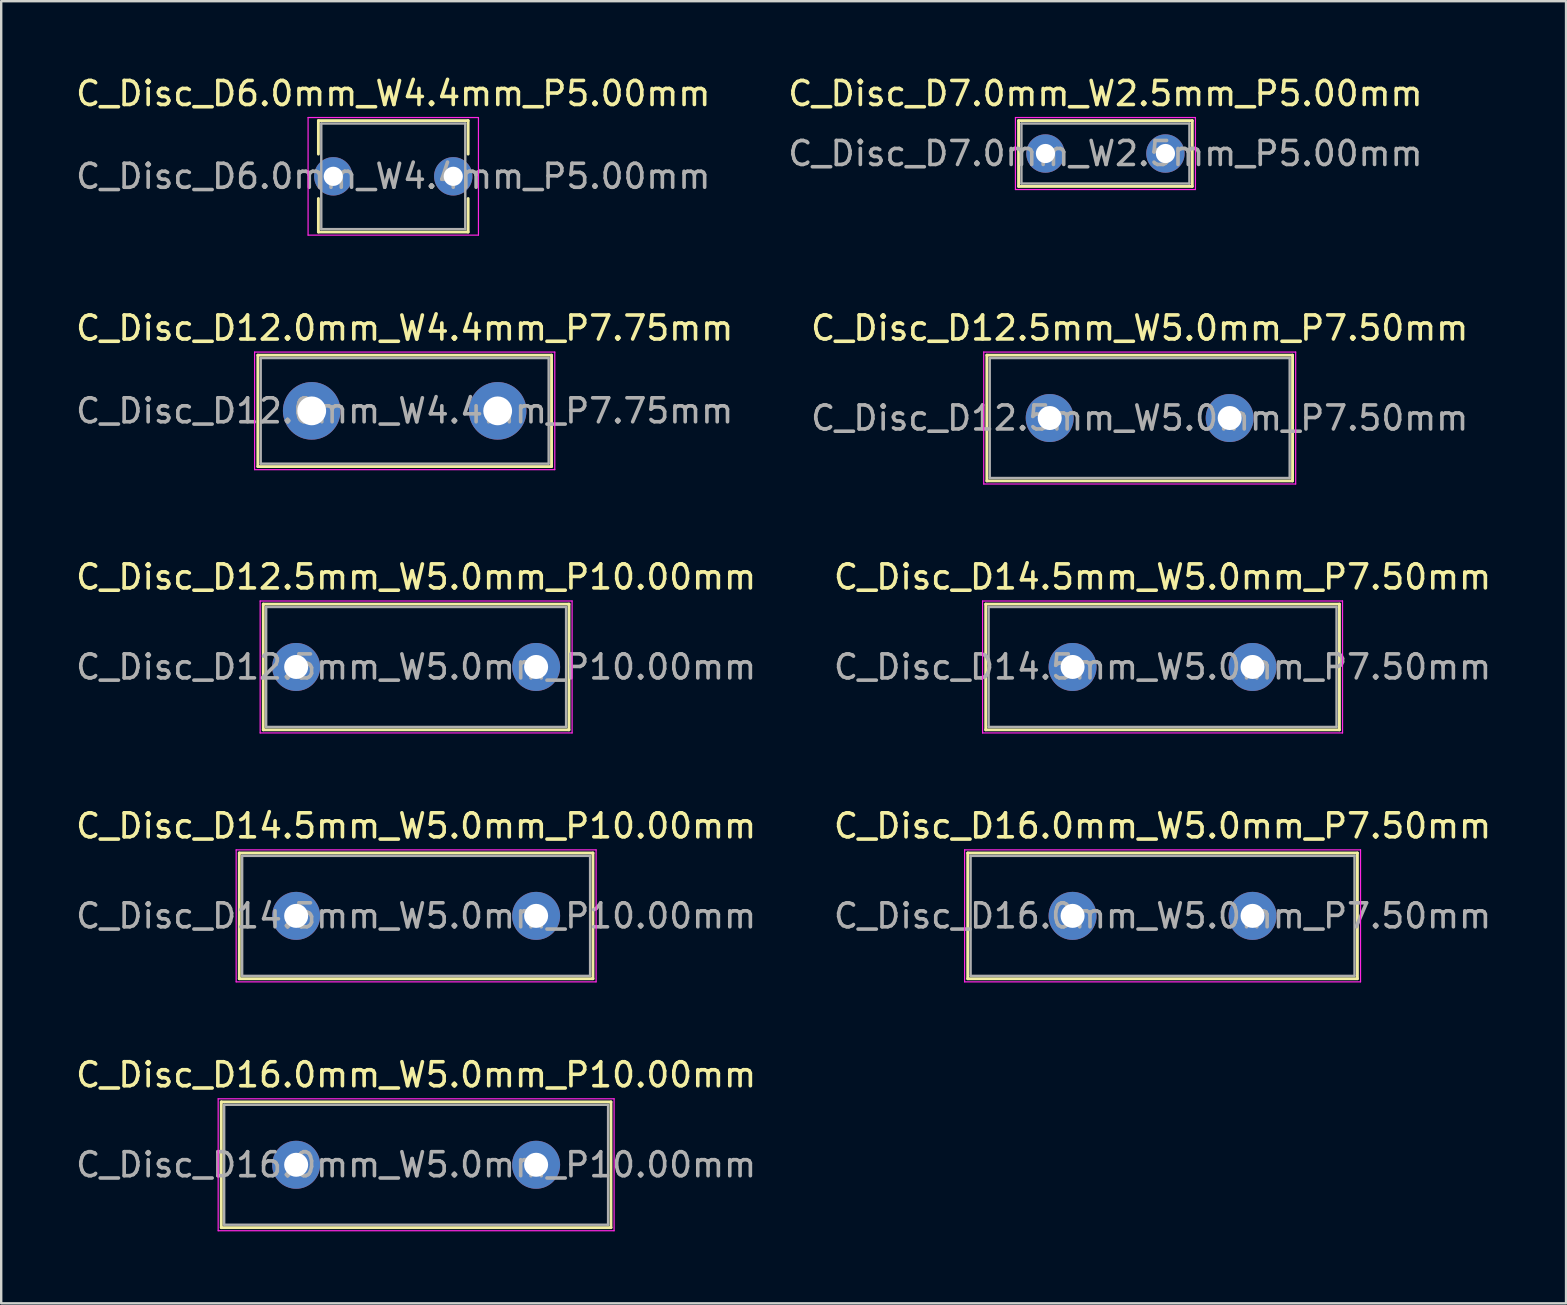
<source format=kicad_pcb>
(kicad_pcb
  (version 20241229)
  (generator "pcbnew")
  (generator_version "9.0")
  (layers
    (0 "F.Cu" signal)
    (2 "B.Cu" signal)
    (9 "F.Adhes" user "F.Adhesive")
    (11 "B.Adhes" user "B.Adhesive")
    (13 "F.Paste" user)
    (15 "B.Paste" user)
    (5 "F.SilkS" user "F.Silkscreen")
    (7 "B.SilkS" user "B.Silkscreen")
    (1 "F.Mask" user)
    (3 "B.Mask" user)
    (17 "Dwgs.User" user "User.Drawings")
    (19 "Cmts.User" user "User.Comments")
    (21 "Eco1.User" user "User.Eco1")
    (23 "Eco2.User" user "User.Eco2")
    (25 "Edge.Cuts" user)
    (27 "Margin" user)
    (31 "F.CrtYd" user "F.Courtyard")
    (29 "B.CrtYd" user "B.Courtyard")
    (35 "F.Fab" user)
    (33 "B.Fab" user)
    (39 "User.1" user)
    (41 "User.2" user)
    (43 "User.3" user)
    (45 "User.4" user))
  (footprint "C_Disc_D12.5mm_W5.0mm_P7.50mm"
    (layer "F.Cu")
    (at 40.696 14.371)
    (property "Reference" "C_Disc_D12.5mm_W5.0mm_P7.50mm" (at 3.75 -3.75 0) (layer "F.SilkS") (effects (font (size 1 1) (thickness 0.15))))
    (attr through_hole)
    (fp_line (start -2.62 -2.62) (end -2.62 2.62) (stroke (width 0.12) (type solid)) (layer "F.SilkS"))
    (fp_line (start -2.62 -2.62) (end 10.12 -2.62) (stroke (width 0.12) (type solid)) (layer "F.SilkS"))
    (fp_line (start -2.62 2.62) (end 10.12 2.62) (stroke (width 0.12) (type solid)) (layer "F.SilkS"))
    (fp_line (start 10.12 -2.62) (end 10.12 2.62) (stroke (width 0.12) (type solid)) (layer "F.SilkS"))
    (fp_line (start -2.75 -2.75) (end -2.75 2.75) (stroke (width 0.05) (type solid)) (layer "F.CrtYd"))
    (fp_line (start -2.75 2.75) (end 10.25 2.75) (stroke (width 0.05) (type solid)) (layer "F.CrtYd"))
    (fp_line (start 10.25 -2.75) (end -2.75 -2.75) (stroke (width 0.05) (type solid)) (layer "F.CrtYd"))
    (fp_line (start 10.25 2.75) (end 10.25 -2.75) (stroke (width 0.05) (type solid)) (layer "F.CrtYd"))
    (fp_line (start -2.5 -2.5) (end -2.5 2.5) (stroke (width 0.1) (type solid)) (layer "F.Fab"))
    (fp_line (start -2.5 2.5) (end 10 2.5) (stroke (width 0.1) (type solid)) (layer "F.Fab"))
    (fp_line (start 10 -2.5) (end -2.5 -2.5) (stroke (width 0.1) (type solid)) (layer "F.Fab"))
    (fp_line (start 10 2.5) (end 10 -2.5) (stroke (width 0.1) (type solid)) (layer "F.Fab"))
    (fp_text user "${REFERENCE}" (at 3.75 0 0) (layer "F.Fab") (effects (font (size 1 1) (thickness 0.15))))
    (pad "1" thru_hole circle (at 0 0) (size 2 2) (drill 1) (layers "*.Cu" "*.Mask"))
    (pad "2" thru_hole circle (at 7.5 0) (size 2 2) (drill 1) (layers "*.Cu" "*.Mask")))
  (footprint "C_Disc_D16.0mm_W5.0mm_P10.00mm"
    (layer "F.Cu")
    (at 9.292 45.491)
    (property "Reference" "C_Disc_D16.0mm_W5.0mm_P10.00mm" (at 5 -3.75 0) (layer "F.SilkS") (effects (font (size 1 1) (thickness 0.15))))
    (attr through_hole)
    (fp_line (start -3.12 -2.62) (end -3.12 2.62) (stroke (width 0.12) (type solid)) (layer "F.SilkS"))
    (fp_line (start -3.12 -2.62) (end 13.12 -2.62) (stroke (width 0.12) (type solid)) (layer "F.SilkS"))
    (fp_line (start -3.12 2.62) (end 13.12 2.62) (stroke (width 0.12) (type solid)) (layer "F.SilkS"))
    (fp_line (start 13.12 -2.62) (end 13.12 2.62) (stroke (width 0.12) (type solid)) (layer "F.SilkS"))
    (fp_line (start -3.25 -2.75) (end -3.25 2.75) (stroke (width 0.05) (type solid)) (layer "F.CrtYd"))
    (fp_line (start -3.25 2.75) (end 13.25 2.75) (stroke (width 0.05) (type solid)) (layer "F.CrtYd"))
    (fp_line (start 13.25 -2.75) (end -3.25 -2.75) (stroke (width 0.05) (type solid)) (layer "F.CrtYd"))
    (fp_line (start 13.25 2.75) (end 13.25 -2.75) (stroke (width 0.05) (type solid)) (layer "F.CrtYd"))
    (fp_line (start -3 -2.5) (end -3 2.5) (stroke (width 0.1) (type solid)) (layer "F.Fab"))
    (fp_line (start -3 2.5) (end 13 2.5) (stroke (width 0.1) (type solid)) (layer "F.Fab"))
    (fp_line (start 13 -2.5) (end -3 -2.5) (stroke (width 0.1) (type solid)) (layer "F.Fab"))
    (fp_line (start 13 2.5) (end 13 -2.5) (stroke (width 0.1) (type solid)) (layer "F.Fab"))
    (fp_text user "${REFERENCE}" (at 5 0 0) (layer "F.Fab") (effects (font (size 1 1) (thickness 0.15))))
    (pad "1" thru_hole circle (at 0 0) (size 2 2) (drill 1) (layers "*.Cu" "*.Mask"))
    (pad "2" thru_hole circle (at 10 0) (size 2 2) (drill 1) (layers "*.Cu" "*.Mask")))
  (footprint "C_Disc_D12.0mm_W4.4mm_P7.75mm"
    (layer "F.Cu")
    (at 9.94 14.072)
    (property "Reference" "C_Disc_D12.0mm_W4.4mm_P7.75mm" (at 3.875 -3.45 0) (layer "F.SilkS") (effects (font (size 1 1) (thickness 0.15))))
    (attr through_hole)
    (fp_line (start -2.245 -2.321) (end -2.245 2.321) (stroke (width 0.12) (type solid)) (layer "F.SilkS"))
    (fp_line (start -2.245 -2.321) (end 9.995 -2.321) (stroke (width 0.12) (type solid)) (layer "F.SilkS"))
    (fp_line (start -2.245 2.321) (end 9.995 2.321) (stroke (width 0.12) (type solid)) (layer "F.SilkS"))
    (fp_line (start 9.995 -2.321) (end 9.995 2.321) (stroke (width 0.12) (type solid)) (layer "F.SilkS"))
    (fp_line (start -2.38 -2.45) (end -2.38 2.45) (stroke (width 0.05) (type solid)) (layer "F.CrtYd"))
    (fp_line (start -2.38 2.45) (end 10.13 2.45) (stroke (width 0.05) (type solid)) (layer "F.CrtYd"))
    (fp_line (start 10.13 -2.45) (end -2.38 -2.45) (stroke (width 0.05) (type solid)) (layer "F.CrtYd"))
    (fp_line (start 10.13 2.45) (end 10.13 -2.45) (stroke (width 0.05) (type solid)) (layer "F.CrtYd"))
    (fp_line (start -2.125 -2.2) (end -2.125 2.2) (stroke (width 0.1) (type solid)) (layer "F.Fab"))
    (fp_line (start -2.125 2.2) (end 9.875 2.2) (stroke (width 0.1) (type solid)) (layer "F.Fab"))
    (fp_line (start 9.875 -2.2) (end -2.125 -2.2) (stroke (width 0.1) (type solid)) (layer "F.Fab"))
    (fp_line (start 9.875 2.2) (end 9.875 -2.2) (stroke (width 0.1) (type solid)) (layer "F.Fab"))
    (fp_text user "${REFERENCE}" (at 3.875 0 0) (layer "F.Fab") (effects (font (size 1 1) (thickness 0.15))))
    (pad "1" thru_hole circle (at 0 0) (size 2.4 2.4) (drill 1.2) (layers "*.Cu" "*.Mask"))
    (pad "2" thru_hole circle (at 7.75 0) (size 2.4 2.4) (drill 1.2) (layers "*.Cu" "*.Mask")))
  (footprint "C_Disc_D7.0mm_W2.5mm_P5.00mm"
    (layer "F.Cu")
    (at 40.518 3.348)
    (property "Reference" "C_Disc_D7.0mm_W2.5mm_P5.00mm" (at 2.5 -2.5 0) (layer "F.SilkS") (effects (font (size 1 1) (thickness 0.15))))
    (attr through_hole)
    (fp_line (start -1.12 -1.37) (end -1.12 1.37) (stroke (width 0.12) (type solid)) (layer "F.SilkS"))
    (fp_line (start -1.12 -1.37) (end 6.12 -1.37) (stroke (width 0.12) (type solid)) (layer "F.SilkS"))
    (fp_line (start -1.12 1.37) (end 6.12 1.37) (stroke (width 0.12) (type solid)) (layer "F.SilkS"))
    (fp_line (start 6.12 -1.37) (end 6.12 1.37) (stroke (width 0.12) (type solid)) (layer "F.SilkS"))
    (fp_line (start -1.25 -1.5) (end -1.25 1.5) (stroke (width 0.05) (type solid)) (layer "F.CrtYd"))
    (fp_line (start -1.25 1.5) (end 6.25 1.5) (stroke (width 0.05) (type solid)) (layer "F.CrtYd"))
    (fp_line (start 6.25 -1.5) (end -1.25 -1.5) (stroke (width 0.05) (type solid)) (layer "F.CrtYd"))
    (fp_line (start 6.25 1.5) (end 6.25 -1.5) (stroke (width 0.05) (type solid)) (layer "F.CrtYd"))
    (fp_line (start -1 -1.25) (end -1 1.25) (stroke (width 0.1) (type solid)) (layer "F.Fab"))
    (fp_line (start -1 1.25) (end 6 1.25) (stroke (width 0.1) (type solid)) (layer "F.Fab"))
    (fp_line (start 6 -1.25) (end -1 -1.25) (stroke (width 0.1) (type solid)) (layer "F.Fab"))
    (fp_line (start 6 1.25) (end 6 -1.25) (stroke (width 0.1) (type solid)) (layer "F.Fab"))
    (fp_text user "${REFERENCE}" (at 2.5 0 0) (layer "F.Fab") (effects (font (size 1 1) (thickness 0.15))))
    (pad "1" thru_hole circle (at 0 0) (size 1.6 1.6) (drill 0.8) (layers "*.Cu" "*.Mask"))
    (pad "2" thru_hole circle (at 5 0) (size 1.6 1.6) (drill 0.8) (layers "*.Cu" "*.Mask")))
  (footprint "C_Disc_D12.5mm_W5.0mm_P10.00mm"
    (layer "F.Cu")
    (at 9.292 24.745)
    (property "Reference" "C_Disc_D12.5mm_W5.0mm_P10.00mm" (at 5 -3.75 0) (layer "F.SilkS") (effects (font (size 1 1) (thickness 0.15))))
    (attr through_hole)
    (fp_line (start -1.37 -2.62) (end -1.37 2.62) (stroke (width 0.12) (type solid)) (layer "F.SilkS"))
    (fp_line (start -1.37 -2.62) (end 11.37 -2.62) (stroke (width 0.12) (type solid)) (layer "F.SilkS"))
    (fp_line (start -1.37 2.62) (end 11.37 2.62) (stroke (width 0.12) (type solid)) (layer "F.SilkS"))
    (fp_line (start 11.37 -2.62) (end 11.37 2.62) (stroke (width 0.12) (type solid)) (layer "F.SilkS"))
    (fp_line (start -1.5 -2.75) (end -1.5 2.75) (stroke (width 0.05) (type solid)) (layer "F.CrtYd"))
    (fp_line (start -1.5 2.75) (end 11.5 2.75) (stroke (width 0.05) (type solid)) (layer "F.CrtYd"))
    (fp_line (start 11.5 -2.75) (end -1.5 -2.75) (stroke (width 0.05) (type solid)) (layer "F.CrtYd"))
    (fp_line (start 11.5 2.75) (end 11.5 -2.75) (stroke (width 0.05) (type solid)) (layer "F.CrtYd"))
    (fp_line (start -1.25 -2.5) (end -1.25 2.5) (stroke (width 0.1) (type solid)) (layer "F.Fab"))
    (fp_line (start -1.25 2.5) (end 11.25 2.5) (stroke (width 0.1) (type solid)) (layer "F.Fab"))
    (fp_line (start 11.25 -2.5) (end -1.25 -2.5) (stroke (width 0.1) (type solid)) (layer "F.Fab"))
    (fp_line (start 11.25 2.5) (end 11.25 -2.5) (stroke (width 0.1) (type solid)) (layer "F.Fab"))
    (fp_text user "${REFERENCE}" (at 5 0 0) (layer "F.Fab") (effects (font (size 1 1) (thickness 0.15))))
    (pad "1" thru_hole circle (at 0 0) (size 2 2) (drill 1) (layers "*.Cu" "*.Mask"))
    (pad "2" thru_hole circle (at 10 0) (size 2 2) (drill 1) (layers "*.Cu" "*.Mask")))
  (footprint "C_Disc_D16.0mm_W5.0mm_P7.50mm"
    (layer "F.Cu")
    (at 41.649 35.118)
    (property "Reference" "C_Disc_D16.0mm_W5.0mm_P7.50mm" (at 3.75 -3.75 0) (layer "F.SilkS") (effects (font (size 1 1) (thickness 0.15))))
    (attr through_hole)
    (fp_line (start -4.37 -2.62) (end -4.37 2.62) (stroke (width 0.12) (type solid)) (layer "F.SilkS"))
    (fp_line (start -4.37 -2.62) (end 11.87 -2.62) (stroke (width 0.12) (type solid)) (layer "F.SilkS"))
    (fp_line (start -4.37 2.62) (end 11.87 2.62) (stroke (width 0.12) (type solid)) (layer "F.SilkS"))
    (fp_line (start 11.87 -2.62) (end 11.87 2.62) (stroke (width 0.12) (type solid)) (layer "F.SilkS"))
    (fp_line (start -4.5 -2.75) (end -4.5 2.75) (stroke (width 0.05) (type solid)) (layer "F.CrtYd"))
    (fp_line (start -4.5 2.75) (end 12 2.75) (stroke (width 0.05) (type solid)) (layer "F.CrtYd"))
    (fp_line (start 12 -2.75) (end -4.5 -2.75) (stroke (width 0.05) (type solid)) (layer "F.CrtYd"))
    (fp_line (start 12 2.75) (end 12 -2.75) (stroke (width 0.05) (type solid)) (layer "F.CrtYd"))
    (fp_line (start -4.25 -2.5) (end -4.25 2.5) (stroke (width 0.1) (type solid)) (layer "F.Fab"))
    (fp_line (start -4.25 2.5) (end 11.75 2.5) (stroke (width 0.1) (type solid)) (layer "F.Fab"))
    (fp_line (start 11.75 -2.5) (end -4.25 -2.5) (stroke (width 0.1) (type solid)) (layer "F.Fab"))
    (fp_line (start 11.75 2.5) (end 11.75 -2.5) (stroke (width 0.1) (type solid)) (layer "F.Fab"))
    (fp_text user "${REFERENCE}" (at 3.75 0 0) (layer "F.Fab") (effects (font (size 1 1) (thickness 0.15))))
    (pad "1" thru_hole circle (at 0 0) (size 2 2) (drill 1) (layers "*.Cu" "*.Mask"))
    (pad "2" thru_hole circle (at 7.5 0) (size 2 2) (drill 1) (layers "*.Cu" "*.Mask")))
  (footprint "C_Disc_D14.5mm_W5.0mm_P10.00mm"
    (layer "F.Cu")
    (at 9.292 35.118)
    (property "Reference" "C_Disc_D14.5mm_W5.0mm_P10.00mm" (at 5 -3.75 0) (layer "F.SilkS") (effects (font (size 1 1) (thickness 0.15))))
    (attr through_hole)
    (fp_line (start -2.37 -2.62) (end -2.37 2.62) (stroke (width 0.12) (type solid)) (layer "F.SilkS"))
    (fp_line (start -2.37 -2.62) (end 12.37 -2.62) (stroke (width 0.12) (type solid)) (layer "F.SilkS"))
    (fp_line (start -2.37 2.62) (end 12.37 2.62) (stroke (width 0.12) (type solid)) (layer "F.SilkS"))
    (fp_line (start 12.37 -2.62) (end 12.37 2.62) (stroke (width 0.12) (type solid)) (layer "F.SilkS"))
    (fp_line (start -2.5 -2.75) (end -2.5 2.75) (stroke (width 0.05) (type solid)) (layer "F.CrtYd"))
    (fp_line (start -2.5 2.75) (end 12.5 2.75) (stroke (width 0.05) (type solid)) (layer "F.CrtYd"))
    (fp_line (start 12.5 -2.75) (end -2.5 -2.75) (stroke (width 0.05) (type solid)) (layer "F.CrtYd"))
    (fp_line (start 12.5 2.75) (end 12.5 -2.75) (stroke (width 0.05) (type solid)) (layer "F.CrtYd"))
    (fp_line (start -2.25 -2.5) (end -2.25 2.5) (stroke (width 0.1) (type solid)) (layer "F.Fab"))
    (fp_line (start -2.25 2.5) (end 12.25 2.5) (stroke (width 0.1) (type solid)) (layer "F.Fab"))
    (fp_line (start 12.25 -2.5) (end -2.25 -2.5) (stroke (width 0.1) (type solid)) (layer "F.Fab"))
    (fp_line (start 12.25 2.5) (end 12.25 -2.5) (stroke (width 0.1) (type solid)) (layer "F.Fab"))
    (fp_text user "${REFERENCE}" (at 5 0 0) (layer "F.Fab") (effects (font (size 1 1) (thickness 0.15))))
    (pad "1" thru_hole circle (at 0 0) (size 2 2) (drill 1) (layers "*.Cu" "*.Mask"))
    (pad "2" thru_hole circle (at 10 0) (size 2 2) (drill 1) (layers "*.Cu" "*.Mask")))
  (footprint "C_Disc_D14.5mm_W5.0mm_P7.50mm"
    (layer "F.Cu")
    (at 41.649 24.745)
    (property "Reference" "C_Disc_D14.5mm_W5.0mm_P7.50mm" (at 3.75 -3.75 0) (layer "F.SilkS") (effects (font (size 1 1) (thickness 0.15))))
    (attr through_hole)
    (fp_line (start -3.62 -2.62) (end -3.62 2.62) (stroke (width 0.12) (type solid)) (layer "F.SilkS"))
    (fp_line (start -3.62 -2.62) (end 11.12 -2.62) (stroke (width 0.12) (type solid)) (layer "F.SilkS"))
    (fp_line (start -3.62 2.62) (end 11.12 2.62) (stroke (width 0.12) (type solid)) (layer "F.SilkS"))
    (fp_line (start 11.12 -2.62) (end 11.12 2.62) (stroke (width 0.12) (type solid)) (layer "F.SilkS"))
    (fp_line (start -3.75 -2.75) (end -3.75 2.75) (stroke (width 0.05) (type solid)) (layer "F.CrtYd"))
    (fp_line (start -3.75 2.75) (end 11.25 2.75) (stroke (width 0.05) (type solid)) (layer "F.CrtYd"))
    (fp_line (start 11.25 -2.75) (end -3.75 -2.75) (stroke (width 0.05) (type solid)) (layer "F.CrtYd"))
    (fp_line (start 11.25 2.75) (end 11.25 -2.75) (stroke (width 0.05) (type solid)) (layer "F.CrtYd"))
    (fp_line (start -3.5 -2.5) (end -3.5 2.5) (stroke (width 0.1) (type solid)) (layer "F.Fab"))
    (fp_line (start -3.5 2.5) (end 11 2.5) (stroke (width 0.1) (type solid)) (layer "F.Fab"))
    (fp_line (start 11 -2.5) (end -3.5 -2.5) (stroke (width 0.1) (type solid)) (layer "F.Fab"))
    (fp_line (start 11 2.5) (end 11 -2.5) (stroke (width 0.1) (type solid)) (layer "F.Fab"))
    (fp_text user "${REFERENCE}" (at 3.75 0 0) (layer "F.Fab") (effects (font (size 1 1) (thickness 0.15))))
    (pad "1" thru_hole circle (at 0 0) (size 2 2) (drill 1) (layers "*.Cu" "*.Mask"))
    (pad "2" thru_hole circle (at 7.5 0) (size 2 2) (drill 1) (layers "*.Cu" "*.Mask")))
  (footprint "C_Disc_D6.0mm_W4.4mm_P5.00mm"
    (layer "F.Cu")
    (at 10.839 4.298)
    (property "Reference" "C_Disc_D6.0mm_W4.4mm_P5.00mm" (at 2.5 -3.45 0) (layer "F.SilkS") (effects (font (size 1 1) (thickness 0.15))))
    (attr through_hole)
    (fp_line (start -0.62 -2.321) (end -0.62 -0.925) (stroke (width 0.12) (type solid)) (layer "F.SilkS"))
    (fp_line (start -0.62 -2.321) (end 5.62 -2.321) (stroke (width 0.12) (type solid)) (layer "F.SilkS"))
    (fp_line (start -0.62 0.925) (end -0.62 2.321) (stroke (width 0.12) (type solid)) (layer "F.SilkS"))
    (fp_line (start -0.62 2.321) (end 5.62 2.321) (stroke (width 0.12) (type solid)) (layer "F.SilkS"))
    (fp_line (start 5.62 -2.321) (end 5.62 -0.925) (stroke (width 0.12) (type solid)) (layer "F.SilkS"))
    (fp_line (start 5.62 0.925) (end 5.62 2.321) (stroke (width 0.12) (type solid)) (layer "F.SilkS"))
    (fp_line (start -1.05 -2.45) (end -1.05 2.45) (stroke (width 0.05) (type solid)) (layer "F.CrtYd"))
    (fp_line (start -1.05 2.45) (end 6.05 2.45) (stroke (width 0.05) (type solid)) (layer "F.CrtYd"))
    (fp_line (start 6.05 -2.45) (end -1.05 -2.45) (stroke (width 0.05) (type solid)) (layer "F.CrtYd"))
    (fp_line (start 6.05 2.45) (end 6.05 -2.45) (stroke (width 0.05) (type solid)) (layer "F.CrtYd"))
    (fp_line (start -0.5 -2.2) (end -0.5 2.2) (stroke (width 0.1) (type solid)) (layer "F.Fab"))
    (fp_line (start -0.5 2.2) (end 5.5 2.2) (stroke (width 0.1) (type solid)) (layer "F.Fab"))
    (fp_line (start 5.5 -2.2) (end -0.5 -2.2) (stroke (width 0.1) (type solid)) (layer "F.Fab"))
    (fp_line (start 5.5 2.2) (end 5.5 -2.2) (stroke (width 0.1) (type solid)) (layer "F.Fab"))
    (fp_text user "${REFERENCE}" (at 2.5 0 0) (layer "F.Fab") (effects (font (size 1 1) (thickness 0.15))))
    (pad "1" thru_hole circle (at 0 0) (size 1.6 1.6) (drill 0.8) (layers "*.Cu" "*.Mask"))
    (pad "2" thru_hole circle (at 5 0) (size 1.6 1.6) (drill 0.8) (layers "*.Cu" "*.Mask")))
  (gr_rect
    (start -3 -3)
    (end 62.214 51.266)
    (stroke (width 0.1) (type default))
    (fill no)
    (layer "Edge.Cuts")))
</source>
